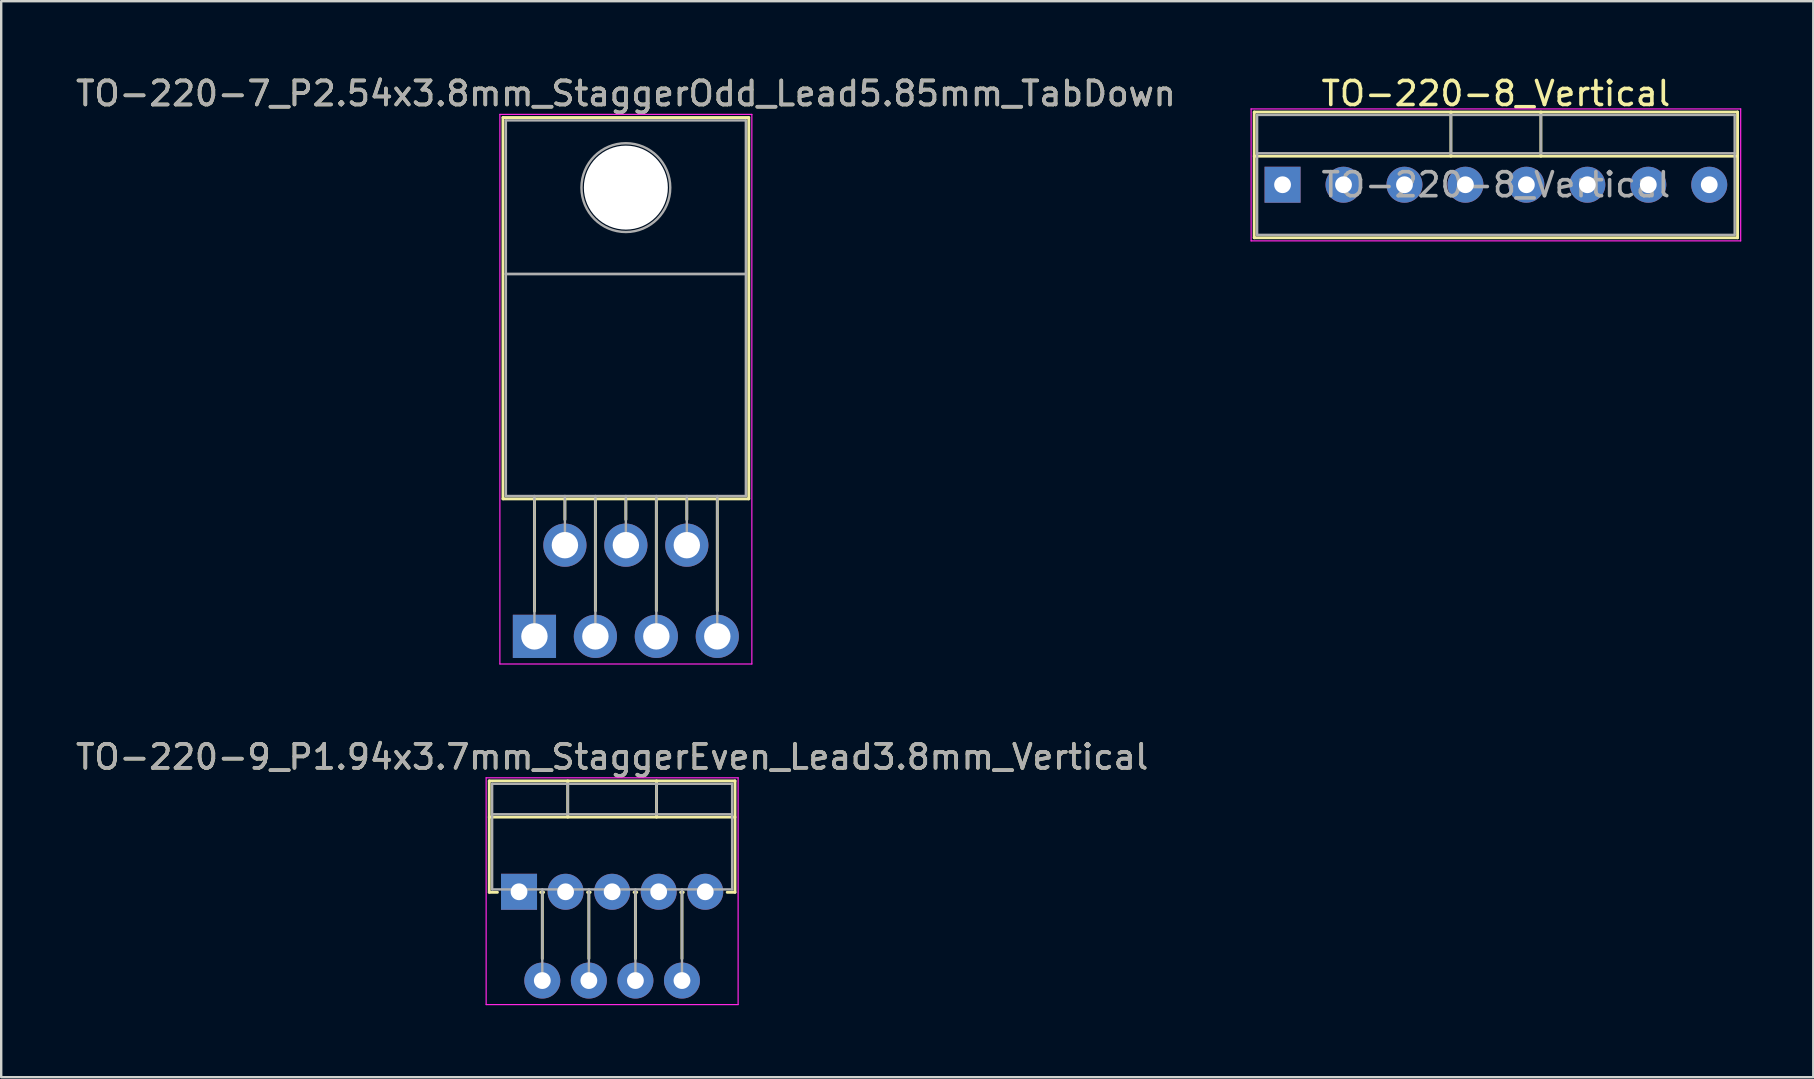
<source format=kicad_pcb>
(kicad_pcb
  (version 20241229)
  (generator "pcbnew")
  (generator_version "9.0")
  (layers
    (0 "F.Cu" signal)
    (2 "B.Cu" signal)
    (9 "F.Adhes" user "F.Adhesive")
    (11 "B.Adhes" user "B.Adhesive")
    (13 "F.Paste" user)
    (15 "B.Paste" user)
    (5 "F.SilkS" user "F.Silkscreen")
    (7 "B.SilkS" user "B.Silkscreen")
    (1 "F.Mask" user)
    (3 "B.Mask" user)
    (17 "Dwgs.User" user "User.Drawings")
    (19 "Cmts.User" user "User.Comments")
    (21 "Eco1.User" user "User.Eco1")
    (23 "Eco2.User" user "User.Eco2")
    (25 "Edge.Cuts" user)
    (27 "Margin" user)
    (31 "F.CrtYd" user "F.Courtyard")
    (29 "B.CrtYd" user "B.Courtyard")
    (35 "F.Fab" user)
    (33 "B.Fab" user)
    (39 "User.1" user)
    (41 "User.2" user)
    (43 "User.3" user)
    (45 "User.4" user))
  (footprint "TO-220-9_P1.94x3.7mm_StaggerEven_Lead3.8mm_Vertical"
    (layer "F.Cu")
    (at 18.578 34.111)
    (property "Reference" "TO-220-9_P1.94x3.7mm_StaggerEven_Lead3.8mm_Vertical" (at 3.88 -5.62 0) (layer "F.SilkS") (effects (font (size 1 1) (thickness 0.15))))
    (attr through_hole)
    (fp_line (start -1.241 -4.62) (end -1.241 0.021) (stroke (width 0.12) (type solid)) (layer "F.SilkS"))
    (fp_line (start -1.241 -4.62) (end 9 -4.62) (stroke (width 0.12) (type solid)) (layer "F.SilkS"))
    (fp_line (start -1.241 -3.111) (end 9 -3.111) (stroke (width 0.12) (type solid)) (layer "F.SilkS"))
    (fp_line (start -1.241 0.021) (end -0.9 0.021) (stroke (width 0.12) (type solid)) (layer "F.SilkS"))
    (fp_line (start 0.9 0.021) (end 1.025 0.021) (stroke (width 0.12) (type solid)) (layer "F.SilkS"))
    (fp_line (start 0.97 0.021) (end 0.97 2.785) (stroke (width 0.12) (type solid)) (layer "F.SilkS"))
    (fp_line (start 2.03 -4.62) (end 2.03 -3.111) (stroke (width 0.12) (type solid)) (layer "F.SilkS"))
    (fp_line (start 2.855 0.021) (end 2.965 0.021) (stroke (width 0.12) (type solid)) (layer "F.SilkS"))
    (fp_line (start 2.91 0.021) (end 2.91 2.785) (stroke (width 0.12) (type solid)) (layer "F.SilkS"))
    (fp_line (start 4.795 0.021) (end 4.905 0.021) (stroke (width 0.12) (type solid)) (layer "F.SilkS"))
    (fp_line (start 4.85 0.021) (end 4.85 2.785) (stroke (width 0.12) (type solid)) (layer "F.SilkS"))
    (fp_line (start 5.73 -4.62) (end 5.73 -3.111) (stroke (width 0.12) (type solid)) (layer "F.SilkS"))
    (fp_line (start 6.735 0.021) (end 6.845 0.021) (stroke (width 0.12) (type solid)) (layer "F.SilkS"))
    (fp_line (start 6.79 0.021) (end 6.79 2.785) (stroke (width 0.12) (type solid)) (layer "F.SilkS"))
    (fp_line (start 8.675 0.021) (end 9 0.021) (stroke (width 0.12) (type solid)) (layer "F.SilkS"))
    (fp_line (start 9 -4.62) (end 9 0.021) (stroke (width 0.12) (type solid)) (layer "F.SilkS"))
    (fp_line (start -1.37 -4.75) (end -1.37 4.7) (stroke (width 0.05) (type solid)) (layer "F.CrtYd"))
    (fp_line (start -1.37 4.7) (end 9.13 4.7) (stroke (width 0.05) (type solid)) (layer "F.CrtYd"))
    (fp_line (start 9.13 -4.75) (end -1.37 -4.75) (stroke (width 0.05) (type solid)) (layer "F.CrtYd"))
    (fp_line (start 9.13 4.7) (end 9.13 -4.75) (stroke (width 0.05) (type solid)) (layer "F.CrtYd"))
    (fp_line (start -1.12 -4.5) (end -1.12 -0.1) (stroke (width 0.1) (type solid)) (layer "F.Fab"))
    (fp_line (start -1.12 -3.23) (end 8.88 -3.23) (stroke (width 0.1) (type solid)) (layer "F.Fab"))
    (fp_line (start -1.12 -0.1) (end 8.88 -0.1) (stroke (width 0.1) (type solid)) (layer "F.Fab"))
    (fp_line (start 0 -0.1) (end 0 0) (stroke (width 0.1) (type solid)) (layer "F.Fab"))
    (fp_line (start 0.97 -0.1) (end 0.97 3.7) (stroke (width 0.1) (type solid)) (layer "F.Fab"))
    (fp_line (start 1.94 -0.1) (end 1.94 0) (stroke (width 0.1) (type solid)) (layer "F.Fab"))
    (fp_line (start 2.03 -4.5) (end 2.03 -3.23) (stroke (width 0.1) (type solid)) (layer "F.Fab"))
    (fp_line (start 2.91 -0.1) (end 2.91 3.7) (stroke (width 0.1) (type solid)) (layer "F.Fab"))
    (fp_line (start 3.88 -0.1) (end 3.88 0) (stroke (width 0.1) (type solid)) (layer "F.Fab"))
    (fp_line (start 4.85 -0.1) (end 4.85 3.7) (stroke (width 0.1) (type solid)) (layer "F.Fab"))
    (fp_line (start 5.73 -4.5) (end 5.73 -3.23) (stroke (width 0.1) (type solid)) (layer "F.Fab"))
    (fp_line (start 5.82 -0.1) (end 5.82 0) (stroke (width 0.1) (type solid)) (layer "F.Fab"))
    (fp_line (start 6.79 -0.1) (end 6.79 3.7) (stroke (width 0.1) (type solid)) (layer "F.Fab"))
    (fp_line (start 7.76 -0.1) (end 7.76 0) (stroke (width 0.1) (type solid)) (layer "F.Fab"))
    (fp_line (start 8.88 -4.5) (end -1.12 -4.5) (stroke (width 0.1) (type solid)) (layer "F.Fab"))
    (fp_line (start 8.88 -0.1) (end 8.88 -4.5) (stroke (width 0.1) (type solid)) (layer "F.Fab"))
    (fp_text user "${REFERENCE}" (at 3.88 -5.62 0) (layer "F.Fab") (effects (font (size 1 1) (thickness 0.15))))
    (pad "1" thru_hole rect (at 0 0) (size 1.5 1.5) (drill 0.7) (layers "*.Cu" "*.Mask"))
    (pad "2" thru_hole oval (at 0.97 3.7) (size 1.5 1.5) (drill 0.7) (layers "*.Cu" "*.Mask"))
    (pad "3" thru_hole oval (at 1.94 0) (size 1.5 1.5) (drill 0.7) (layers "*.Cu" "*.Mask"))
    (pad "4" thru_hole oval (at 2.91 3.7) (size 1.5 1.5) (drill 0.7) (layers "*.Cu" "*.Mask"))
    (pad "5" thru_hole oval (at 3.88 0) (size 1.5 1.5) (drill 0.7) (layers "*.Cu" "*.Mask"))
    (pad "6" thru_hole oval (at 4.85 3.7) (size 1.5 1.5) (drill 0.7) (layers "*.Cu" "*.Mask"))
    (pad "7" thru_hole oval (at 5.82 0) (size 1.5 1.5) (drill 0.7) (layers "*.Cu" "*.Mask"))
    (pad "8" thru_hole oval (at 6.79 3.7) (size 1.5 1.5) (drill 0.7) (layers "*.Cu" "*.Mask"))
    (pad "9" thru_hole oval (at 7.76 0) (size 1.5 1.5) (drill 0.7) (layers "*.Cu" "*.Mask")))
  (footprint "TO-220-8_Vertical"
    (layer "F.Cu")
    (at 50.395 4.648)
    (property "Reference" "TO-220-8_Vertical" (at 8.89 -3.8 0) (layer "F.SilkS") (effects (font (size 1 1) (thickness 0.15))))
    (attr through_hole)
    (fp_line (start -1.18 -3.03) (end -1.18 2.211) (stroke (width 0.12) (type solid)) (layer "F.SilkS"))
    (fp_line (start -1.18 -3.03) (end 18.96 -3.03) (stroke (width 0.12) (type solid)) (layer "F.SilkS"))
    (fp_line (start -1.18 -1.19) (end 18.96 -1.19) (stroke (width 0.12) (type solid)) (layer "F.SilkS"))
    (fp_line (start -1.18 2.21) (end 18.96 2.21) (stroke (width 0.12) (type solid)) (layer "F.SilkS"))
    (fp_line (start 7.015 -3.03) (end 7.015 -1.19) (stroke (width 0.12) (type solid)) (layer "F.SilkS"))
    (fp_line (start 10.765 -3.03) (end 10.765 -1.19) (stroke (width 0.12) (type solid)) (layer "F.SilkS"))
    (fp_line (start 18.96 -3.03) (end 18.96 2.21) (stroke (width 0.12) (type solid)) (layer "F.SilkS"))
    (fp_line (start -1.31 -3.16) (end -1.31 2.34) (stroke (width 0.05) (type solid)) (layer "F.CrtYd"))
    (fp_line (start -1.31 2.34) (end 19.09 2.34) (stroke (width 0.05) (type solid)) (layer "F.CrtYd"))
    (fp_line (start 19.09 -3.16) (end -1.31 -3.16) (stroke (width 0.05) (type solid)) (layer "F.CrtYd"))
    (fp_line (start 19.09 2.34) (end 19.09 -3.16) (stroke (width 0.05) (type solid)) (layer "F.CrtYd"))
    (fp_line (start -1.06 -2.91) (end -1.06 2.09) (stroke (width 0.1) (type solid)) (layer "F.Fab"))
    (fp_line (start -1.06 -1.31) (end 18.84 -1.31) (stroke (width 0.1) (type solid)) (layer "F.Fab"))
    (fp_line (start -1.06 2.09) (end 18.84 2.09) (stroke (width 0.1) (type solid)) (layer "F.Fab"))
    (fp_line (start 7.015 -2.91) (end 7.015 -1.31) (stroke (width 0.1) (type solid)) (layer "F.Fab"))
    (fp_line (start 10.765 -2.91) (end 10.765 -1.31) (stroke (width 0.1) (type solid)) (layer "F.Fab"))
    (fp_line (start 18.84 -2.91) (end -1.06 -2.91) (stroke (width 0.1) (type solid)) (layer "F.Fab"))
    (fp_line (start 18.84 2.09) (end 18.84 -2.91) (stroke (width 0.1) (type solid)) (layer "F.Fab"))
    (fp_text user "${REFERENCE}" (at 8.89 0 0) (layer "F.Fab") (effects (font (size 1 1) (thickness 0.15))))
    (pad "1" thru_hole rect (at 0 0) (size 1.5 1.5) (drill 0.7) (layers "*.Cu" "*.Mask"))
    (pad "2" thru_hole oval (at 2.54 0) (size 1.5 1.5) (drill 0.7) (layers "*.Cu" "*.Mask"))
    (pad "3" thru_hole oval (at 5.08 0) (size 1.5 1.5) (drill 0.7) (layers "*.Cu" "*.Mask"))
    (pad "4" thru_hole oval (at 7.62 0) (size 1.5 1.5) (drill 0.7) (layers "*.Cu" "*.Mask"))
    (pad "5" thru_hole oval (at 10.16 0) (size 1.5 1.5) (drill 0.7) (layers "*.Cu" "*.Mask"))
    (pad "6" thru_hole oval (at 12.7 0) (size 1.5 1.5) (drill 0.7) (layers "*.Cu" "*.Mask"))
    (pad "7" thru_hole oval (at 15.24 0) (size 1.5 1.5) (drill 0.7) (layers "*.Cu" "*.Mask"))
    (pad "8" thru_hole oval (at 17.78 0) (size 1.5 1.5) (drill 0.7) (layers "*.Cu" "*.Mask")))
  (footprint "TO-220-7_P2.54x3.8mm_StaggerOdd_Lead5.85mm_TabDown"
    (layer "F.Cu")
    (at 19.22 23.468)
    (property "Reference" "TO-220-7_P2.54x3.8mm_StaggerOdd_Lead5.85mm_TabDown" (at 3.81 -22.62 0) (layer "F.SilkS") (effects (font (size 1 1) (thickness 0.15))))
    (attr through_hole)
    (fp_line (start -1.31 -21.62) (end -1.31 -5.73) (stroke (width 0.12) (type solid)) (layer "F.SilkS"))
    (fp_line (start -1.31 -21.62) (end 8.93 -21.62) (stroke (width 0.12) (type solid)) (layer "F.SilkS"))
    (fp_line (start -1.31 -5.73) (end 8.93 -5.73) (stroke (width 0.12) (type solid)) (layer "F.SilkS"))
    (fp_line (start 0 -5.73) (end 0 -1.05) (stroke (width 0.12) (type solid)) (layer "F.SilkS"))
    (fp_line (start 1.27 -5.73) (end 1.27 -4.866) (stroke (width 0.12) (type solid)) (layer "F.SilkS"))
    (fp_line (start 2.54 -5.73) (end 2.54 -1.065) (stroke (width 0.12) (type solid)) (layer "F.SilkS"))
    (fp_line (start 3.81 -5.73) (end 3.81 -4.866) (stroke (width 0.12) (type solid)) (layer "F.SilkS"))
    (fp_line (start 5.08 -5.73) (end 5.08 -1.065) (stroke (width 0.12) (type solid)) (layer "F.SilkS"))
    (fp_line (start 6.35 -5.73) (end 6.35 -4.866) (stroke (width 0.12) (type solid)) (layer "F.SilkS"))
    (fp_line (start 7.62 -5.73) (end 7.62 -1.065) (stroke (width 0.12) (type solid)) (layer "F.SilkS"))
    (fp_line (start 8.93 -21.62) (end 8.93 -5.73) (stroke (width 0.12) (type solid)) (layer "F.SilkS"))
    (fp_line (start -1.44 -21.75) (end -1.44 1.15) (stroke (width 0.05) (type solid)) (layer "F.CrtYd"))
    (fp_line (start -1.44 1.15) (end 9.06 1.15) (stroke (width 0.05) (type solid)) (layer "F.CrtYd"))
    (fp_line (start 9.06 -21.75) (end -1.44 -21.75) (stroke (width 0.05) (type solid)) (layer "F.CrtYd"))
    (fp_line (start 9.06 1.15) (end 9.06 -21.75) (stroke (width 0.05) (type solid)) (layer "F.CrtYd"))
    (fp_line (start -1.19 -21.5) (end 8.81 -21.5) (stroke (width 0.1) (type solid)) (layer "F.Fab"))
    (fp_line (start -1.19 -15.1) (end -1.19 -21.5) (stroke (width 0.1) (type solid)) (layer "F.Fab"))
    (fp_line (start -1.19 -15.1) (end 8.81 -15.1) (stroke (width 0.1) (type solid)) (layer "F.Fab"))
    (fp_line (start -1.19 -5.85) (end -1.19 -15.1) (stroke (width 0.1) (type solid)) (layer "F.Fab"))
    (fp_line (start 0 -5.85) (end 0 0) (stroke (width 0.1) (type solid)) (layer "F.Fab"))
    (fp_line (start 1.27 -5.85) (end 1.27 -3.8) (stroke (width 0.1) (type solid)) (layer "F.Fab"))
    (fp_line (start 2.54 -5.85) (end 2.54 0) (stroke (width 0.1) (type solid)) (layer "F.Fab"))
    (fp_line (start 3.81 -5.85) (end 3.81 -3.8) (stroke (width 0.1) (type solid)) (layer "F.Fab"))
    (fp_line (start 5.08 -5.85) (end 5.08 0) (stroke (width 0.1) (type solid)) (layer "F.Fab"))
    (fp_line (start 6.35 -5.85) (end 6.35 -3.8) (stroke (width 0.1) (type solid)) (layer "F.Fab"))
    (fp_line (start 7.62 -5.85) (end 7.62 0) (stroke (width 0.1) (type solid)) (layer "F.Fab"))
    (fp_line (start 8.81 -21.5) (end 8.81 -15.1) (stroke (width 0.1) (type solid)) (layer "F.Fab"))
    (fp_line (start 8.81 -15.1) (end -1.19 -15.1) (stroke (width 0.1) (type solid)) (layer "F.Fab"))
    (fp_line (start 8.81 -15.1) (end 8.81 -5.85) (stroke (width 0.1) (type solid)) (layer "F.Fab"))
    (fp_line (start 8.81 -5.85) (end -1.19 -5.85) (stroke (width 0.1) (type solid)) (layer "F.Fab"))
    (fp_circle (center 3.81 -18.7) (end 5.66 -18.7) (stroke (width 0.1) (type solid)) (fill no) (layer "F.Fab"))
    (fp_text user "${REFERENCE}" (at 3.81 -22.62 0) (layer "F.Fab") (effects (font (size 1 1) (thickness 0.15))))
    (pad "" np_thru_hole oval (at 3.81 -18.7) (size 3.5 3.5) (drill 3.5) (layers "*.Cu" "*.Mask"))
    (pad "1" thru_hole rect (at 0 0) (size 1.8 1.8) (drill 1.1) (layers "*.Cu" "*.Mask"))
    (pad "2" thru_hole oval (at 1.27 -3.8) (size 1.8 1.8) (drill 1.1) (layers "*.Cu" "*.Mask"))
    (pad "3" thru_hole oval (at 2.54 0) (size 1.8 1.8) (drill 1.1) (layers "*.Cu" "*.Mask"))
    (pad "4" thru_hole oval (at 3.81 -3.8) (size 1.8 1.8) (drill 1.1) (layers "*.Cu" "*.Mask"))
    (pad "5" thru_hole oval (at 5.08 0) (size 1.8 1.8) (drill 1.1) (layers "*.Cu" "*.Mask"))
    (pad "6" thru_hole oval (at 6.35 -3.8) (size 1.8 1.8) (drill 1.1) (layers "*.Cu" "*.Mask"))
    (pad "7" thru_hole oval (at 7.62 0) (size 1.8 1.8) (drill 1.1) (layers "*.Cu" "*.Mask")))
  (gr_rect
    (start -3 -3)
    (end 72.51 41.837)
    (stroke (width 0.1) (type default))
    (fill no)
    (layer "Edge.Cuts")))
</source>
